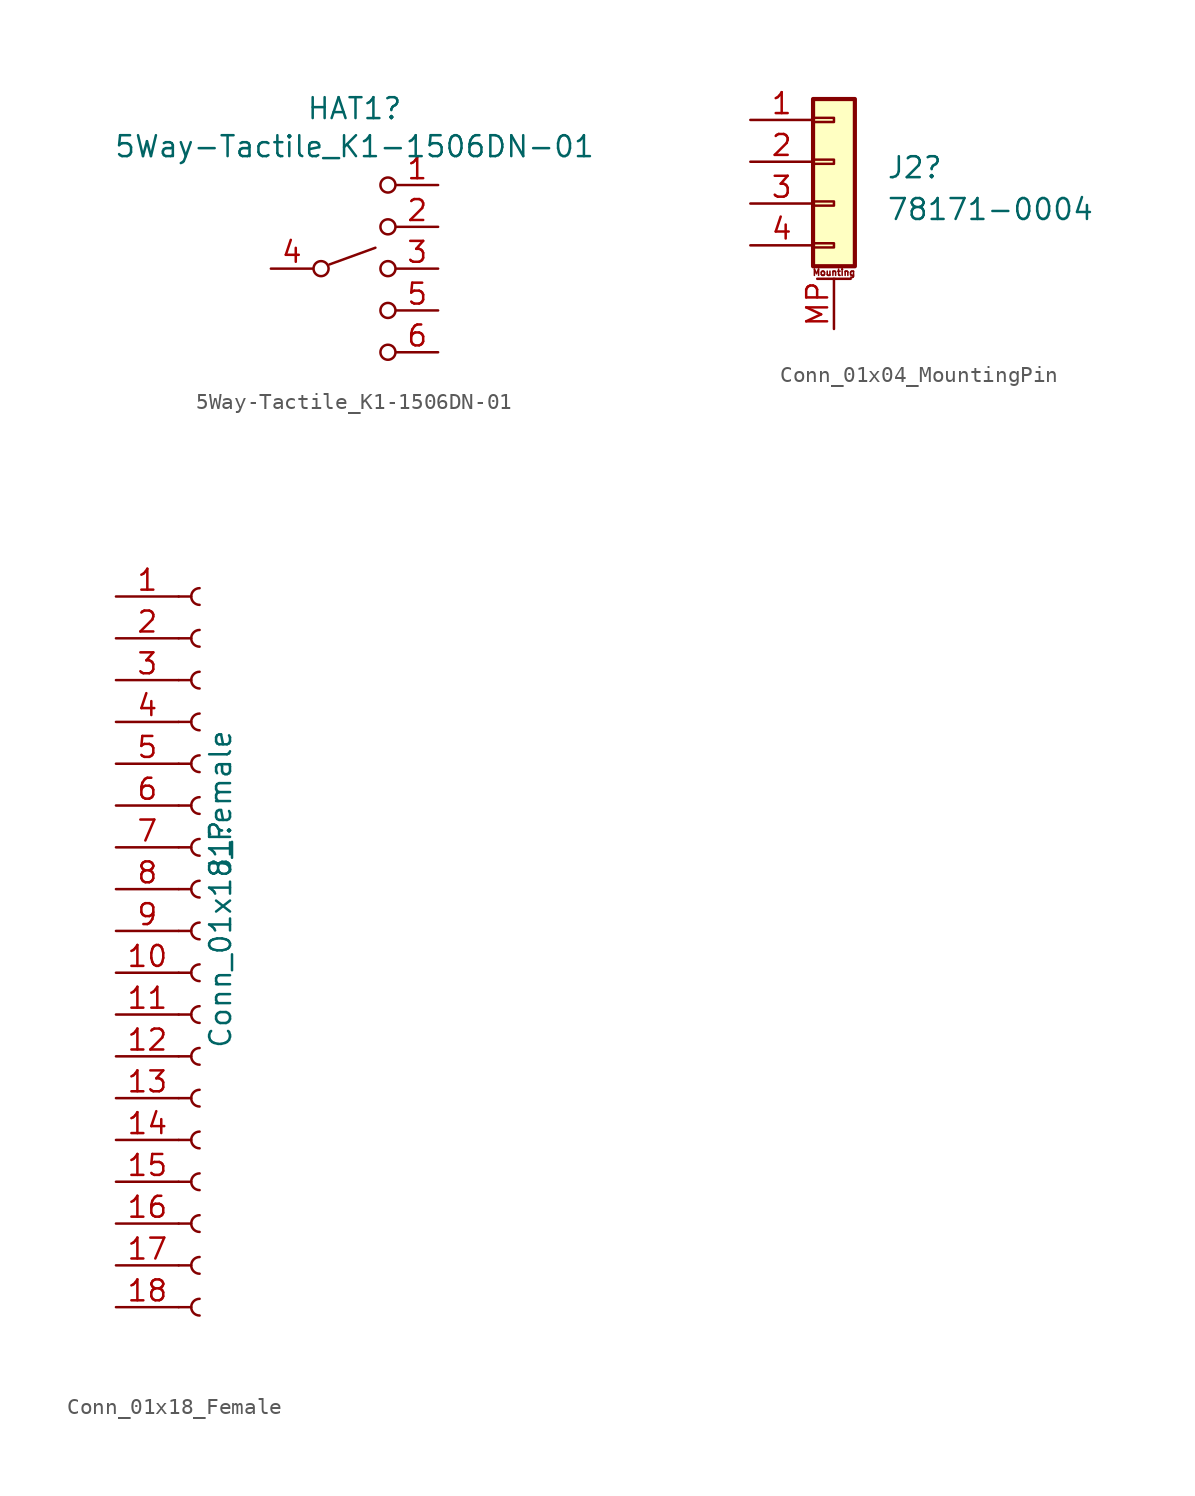
<source format=kicad_sym>
(kicad_symbol_lib
  (version 20220914)
  (generator kicad_symbol_editor)
  (symbol "5Way-Tactile_K1-1506DN-01"
    (pin_names
      (offset 0) hide)
    (property "Reference" "HAT1"
      (at 0 9.728 0)
      (effects (font (size 1.27 1.27))))
    (property "Value" "5Way-Tactile_K1-1506DN-01"
      (at 0 7.417 0)
      (effects (font (size 1.27 1.27))))
    (symbol "5Way-Tactile_K1-1506DN-01_0_1"
      (circle (center -2.032 0) (radius 0.457) (stroke (width 0) (type default)) (fill (type none)))
      (polyline (pts (xy -1.524 0.254) (xy 1.27 1.27)) (stroke (width 0) (type default)) (fill (type none)))
      (circle (center 2.032 -2.54) (radius 0.457) (stroke (width 0) (type default)) (fill (type none)))
      (circle (center 2.032 0) (radius 0.457) (stroke (width 0) (type default)) (fill (type none)))
      (circle (center 2.032 2.54) (radius 0.457) (stroke (width 0) (type default)) (fill (type none))))
    (symbol "5Way-Tactile_K1-1506DN-01_1_1"
      (circle (center 2.032 -5.08) (radius 0.457) (stroke (width 0) (type default)) (fill (type none)))
      (circle (center 2.032 5.08) (radius 0.457) (stroke (width 0) (type default)) (fill (type none)))
      (pin passive line (at 5.08 5.08 180) (length 2.54) (name "1" (effects (font (size 1.27 1.27)))) (number "1" (effects (font (size 1.27 1.27)))))
      (pin passive line (at 5.08 2.54 180) (length 2.54) (name "2" (effects (font (size 1.27 1.27)))) (number "2" (effects (font (size 1.27 1.27)))))
      (pin passive line (at 5.08 0 180) (length 2.54) (name "3" (effects (font (size 1.27 1.27)))) (number "3" (effects (font (size 1.27 1.27)))))
      (pin passive line (at -5.08 0 0) (length 2.54) (name "4" (effects (font (size 1.27 1.27)))) (number "4" (effects (font (size 1.27 1.27)))))
      (pin passive line (at 5.08 -2.54 180) (length 2.54) (name "5" (effects (font (size 1.27 1.27)))) (number "5" (effects (font (size 1.27 1.27)))))
      (pin passive line (at 5.08 -5.08 180) (length 2.54) (name "6" (effects (font (size 1.27 1.27)))) (number "6" (effects (font (size 1.27 1.27)))))))
  (symbol "Conn_01x04_MountingPin"
    (pin_names
      (offset 1.016) hide)
    (property "Reference" "J2"
      (at 3.175 -0.355 0)
      (effects (font (size 1.27 1.27)) (justify left)))
    (property "Value" "78171-0004"
      (at 3.175 -2.896 0)
      (effects (font (size 1.27 1.27)) (justify left)))
    (symbol "Conn_01x04_MountingPin_1_1"
      (rectangle (start -1.27 -4.953) (end 0 -5.207) (stroke (width 0.152) (type default)) (fill (type none)))
      (rectangle (start -1.27 -2.413) (end 0 -2.667) (stroke (width 0.152) (type default)) (fill (type none)))
      (rectangle (start -1.27 0.127) (end 0 -0.127) (stroke (width 0.152) (type default)) (fill (type none)))
      (rectangle (start -1.27 2.667) (end 0 2.413) (stroke (width 0.152) (type default)) (fill (type none)))
      (rectangle (start -1.27 3.81) (end 1.27 -6.35) (stroke (width 0.254) (type default)) (fill (type background)))
      (polyline (pts (xy -1.016 -7.112) (xy 1.016 -7.112)) (stroke (width 0.152) (type default)) (fill (type none)))
      (text "Mounting" (at 0 -6.731 0) (effects (font (size 0.381 0.381))))
      (pin passive line (at -5.08 2.54 0) (length 3.81) (name "Pin_1" (effects (font (size 1.27 1.27)))) (number "1" (effects (font (size 1.27 1.27)))))
      (pin passive line (at -5.08 0 0) (length 3.81) (name "Pin_2" (effects (font (size 1.27 1.27)))) (number "2" (effects (font (size 1.27 1.27)))))
      (pin passive line (at -5.08 -2.54 0) (length 3.81) (name "Pin_3" (effects (font (size 1.27 1.27)))) (number "3" (effects (font (size 1.27 1.27)))))
      (pin passive line (at -5.08 -5.08 0) (length 3.81) (name "Pin_4" (effects (font (size 1.27 1.27)))) (number "4" (effects (font (size 1.27 1.27)))))
      (pin passive line (at 0 -10.16 90) (length 3.048) (name "MountPin" (effects (font (size 1.27 1.27)))) (number "MP" (effects (font (size 1.27 1.27)))))))
  (symbol "Conn_01x18_Female"
    (pin_names
      (offset 1.016) hide)
    (property "Reference" "J1"
      (at 1.27 5.08 90)
      (effects (font (size 1.27 1.27))))
    (property "Value" "Conn_01x18_Female"
      (at 1.27 2.54 90)
      (effects (font (size 1.27 1.27))))
    (symbol "Conn_01x18_Female_1_1"
      (arc (start 0 -22.352) (mid -0.5058 -22.86) (end 0 -23.368) (stroke (width 0.1524) (type default)) (fill (type none)))
      (arc (start 0 -19.812) (mid -0.5058 -20.32) (end 0 -20.828) (stroke (width 0.1524) (type default)) (fill (type none)))
      (arc (start 0 -17.272) (mid -0.5058 -17.78) (end 0 -18.288) (stroke (width 0.1524) (type default)) (fill (type none)))
      (arc (start 0 -14.732) (mid -0.5058 -15.24) (end 0 -15.748) (stroke (width 0.1524) (type default)) (fill (type none)))
      (arc (start 0 -12.192) (mid -0.5058 -12.7) (end 0 -13.208) (stroke (width 0.1524) (type default)) (fill (type none)))
      (arc (start 0 -9.652) (mid -0.5058 -10.16) (end 0 -10.668) (stroke (width 0.1524) (type default)) (fill (type none)))
      (arc (start 0 -7.112) (mid -0.5058 -7.62) (end 0 -8.128) (stroke (width 0.1524) (type default)) (fill (type none)))
      (arc (start 0 -4.572) (mid -0.5058 -5.08) (end 0 -5.588) (stroke (width 0.1524) (type default)) (fill (type none)))
      (arc (start 0 -2.032) (mid -0.5058 -2.54) (end 0 -3.048) (stroke (width 0.1524) (type default)) (fill (type none)))
      (polyline (pts (xy -1.27 -22.86) (xy -0.508 -22.86)) (stroke (width 0.152) (type default)) (fill (type none)))
      (polyline (pts (xy -1.27 -20.32) (xy -0.508 -20.32)) (stroke (width 0.152) (type default)) (fill (type none)))
      (polyline (pts (xy -1.27 -17.78) (xy -0.508 -17.78)) (stroke (width 0.152) (type default)) (fill (type none)))
      (polyline (pts (xy -1.27 -15.24) (xy -0.508 -15.24)) (stroke (width 0.152) (type default)) (fill (type none)))
      (polyline (pts (xy -1.27 -12.7) (xy -0.508 -12.7)) (stroke (width 0.152) (type default)) (fill (type none)))
      (polyline (pts (xy -1.27 -10.16) (xy -0.508 -10.16)) (stroke (width 0.152) (type default)) (fill (type none)))
      (polyline (pts (xy -1.27 -7.62) (xy -0.508 -7.62)) (stroke (width 0.152) (type default)) (fill (type none)))
      (polyline (pts (xy -1.27 -5.08) (xy -0.508 -5.08)) (stroke (width 0.152) (type default)) (fill (type none)))
      (polyline (pts (xy -1.27 -2.54) (xy -0.508 -2.54)) (stroke (width 0.152) (type default)) (fill (type none)))
      (polyline (pts (xy -1.27 0) (xy -0.508 0)) (stroke (width 0.152) (type default)) (fill (type none)))
      (polyline (pts (xy -1.27 2.54) (xy -0.508 2.54)) (stroke (width 0.152) (type default)) (fill (type none)))
      (polyline (pts (xy -1.27 5.08) (xy -0.508 5.08)) (stroke (width 0.152) (type default)) (fill (type none)))
      (polyline (pts (xy -1.27 7.62) (xy -0.508 7.62)) (stroke (width 0.152) (type default)) (fill (type none)))
      (polyline (pts (xy -1.27 10.16) (xy -0.508 10.16)) (stroke (width 0.152) (type default)) (fill (type none)))
      (polyline (pts (xy -1.27 12.7) (xy -0.508 12.7)) (stroke (width 0.152) (type default)) (fill (type none)))
      (polyline (pts (xy -1.27 15.24) (xy -0.508 15.24)) (stroke (width 0.152) (type default)) (fill (type none)))
      (polyline (pts (xy -1.27 17.78) (xy -0.508 17.78)) (stroke (width 0.152) (type default)) (fill (type none)))
      (polyline (pts (xy -1.27 20.32) (xy -0.508 20.32)) (stroke (width 0.152) (type default)) (fill (type none)))
      (arc (start 0 0.508) (mid -0.5058 0) (end 0 -0.508) (stroke (width 0.1524) (type default)) (fill (type none)))
      (arc (start 0 3.048) (mid -0.5058 2.54) (end 0 2.032) (stroke (width 0.1524) (type default)) (fill (type none)))
      (arc (start 0 5.588) (mid -0.5058 5.08) (end 0 4.572) (stroke (width 0.1524) (type default)) (fill (type none)))
      (arc (start 0 8.128) (mid -0.5058 7.62) (end 0 7.112) (stroke (width 0.1524) (type default)) (fill (type none)))
      (arc (start 0 10.668) (mid -0.5058 10.16) (end 0 9.652) (stroke (width 0.1524) (type default)) (fill (type none)))
      (arc (start 0 13.208) (mid -0.5058 12.7) (end 0 12.192) (stroke (width 0.1524) (type default)) (fill (type none)))
      (arc (start 0 15.748) (mid -0.5058 15.24) (end 0 14.732) (stroke (width 0.1524) (type default)) (fill (type none)))
      (arc (start 0 18.288) (mid -0.5058 17.78) (end 0 17.272) (stroke (width 0.1524) (type default)) (fill (type none)))
      (arc (start 0 20.828) (mid -0.5058 20.32) (end 0 19.812) (stroke (width 0.1524) (type default)) (fill (type none)))
      (pin passive line (at -5.08 20.32 0) (length 3.81) (name "Pin_1" (effects (font (size 1.27 1.27)))) (number "1" (effects (font (size 1.27 1.27)))))
      (pin passive line (at -5.08 -2.54 0) (length 3.81) (name "Pin_10" (effects (font (size 1.27 1.27)))) (number "10" (effects (font (size 1.27 1.27)))))
      (pin passive line (at -5.08 -5.08 0) (length 3.81) (name "Pin_11" (effects (font (size 1.27 1.27)))) (number "11" (effects (font (size 1.27 1.27)))))
      (pin passive line (at -5.08 -7.62 0) (length 3.81) (name "Pin_12" (effects (font (size 1.27 1.27)))) (number "12" (effects (font (size 1.27 1.27)))))
      (pin passive line (at -5.08 -10.16 0) (length 3.81) (name "Pin_13" (effects (font (size 1.27 1.27)))) (number "13" (effects (font (size 1.27 1.27)))))
      (pin passive line (at -5.08 -12.7 0) (length 3.81) (name "Pin_14" (effects (font (size 1.27 1.27)))) (number "14" (effects (font (size 1.27 1.27)))))
      (pin passive line (at -5.08 -15.24 0) (length 3.81) (name "Pin_15" (effects (font (size 1.27 1.27)))) (number "15" (effects (font (size 1.27 1.27)))))
      (pin passive line (at -5.08 -17.78 0) (length 3.81) (name "Pin_16" (effects (font (size 1.27 1.27)))) (number "16" (effects (font (size 1.27 1.27)))))
      (pin passive line (at -5.08 -20.32 0) (length 3.81) (name "Pin_17" (effects (font (size 1.27 1.27)))) (number "17" (effects (font (size 1.27 1.27)))))
      (pin passive line (at -5.08 -22.86 0) (length 3.81) (name "Pin_18" (effects (font (size 1.27 1.27)))) (number "18" (effects (font (size 1.27 1.27)))))
      (pin passive line (at -5.08 17.78 0) (length 3.81) (name "Pin_2" (effects (font (size 1.27 1.27)))) (number "2" (effects (font (size 1.27 1.27)))))
      (pin passive line (at -5.08 15.24 0) (length 3.81) (name "Pin_3" (effects (font (size 1.27 1.27)))) (number "3" (effects (font (size 1.27 1.27)))))
      (pin passive line (at -5.08 12.7 0) (length 3.81) (name "Pin_4" (effects (font (size 1.27 1.27)))) (number "4" (effects (font (size 1.27 1.27)))))
      (pin passive line (at -5.08 10.16 0) (length 3.81) (name "Pin_5" (effects (font (size 1.27 1.27)))) (number "5" (effects (font (size 1.27 1.27)))))
      (pin passive line (at -5.08 7.62 0) (length 3.81) (name "Pin_6" (effects (font (size 1.27 1.27)))) (number "6" (effects (font (size 1.27 1.27)))))
      (pin passive line (at -5.08 5.08 0) (length 3.81) (name "Pin_7" (effects (font (size 1.27 1.27)))) (number "7" (effects (font (size 1.27 1.27)))))
      (pin passive line (at -5.08 2.54 0) (length 3.81) (name "Pin_8" (effects (font (size 1.27 1.27)))) (number "8" (effects (font (size 1.27 1.27)))))
      (pin passive line (at -5.08 0 0) (length 3.81) (name "Pin_9" (effects (font (size 1.27 1.27)))) (number "9" (effects (font (size 1.27 1.27))))))))
</source>
